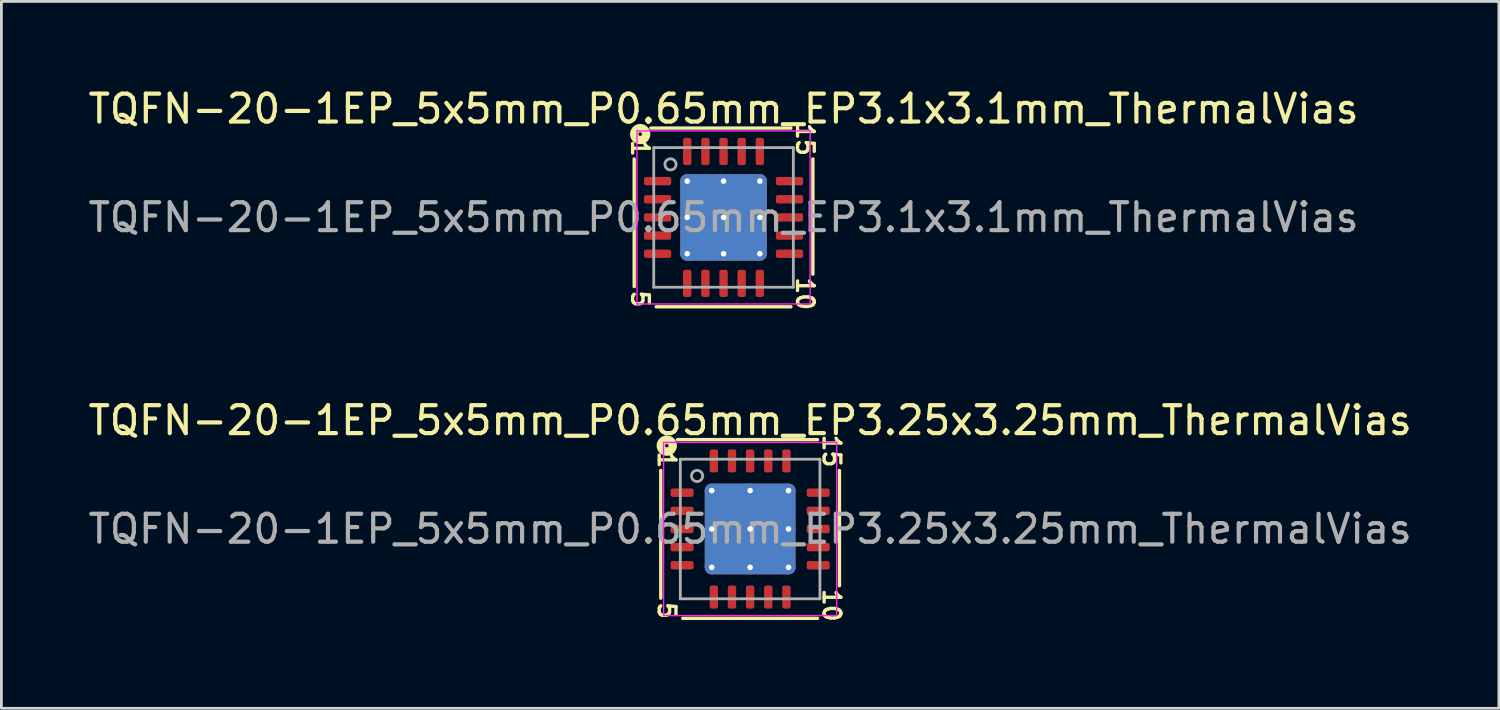
<source format=kicad_pcb>
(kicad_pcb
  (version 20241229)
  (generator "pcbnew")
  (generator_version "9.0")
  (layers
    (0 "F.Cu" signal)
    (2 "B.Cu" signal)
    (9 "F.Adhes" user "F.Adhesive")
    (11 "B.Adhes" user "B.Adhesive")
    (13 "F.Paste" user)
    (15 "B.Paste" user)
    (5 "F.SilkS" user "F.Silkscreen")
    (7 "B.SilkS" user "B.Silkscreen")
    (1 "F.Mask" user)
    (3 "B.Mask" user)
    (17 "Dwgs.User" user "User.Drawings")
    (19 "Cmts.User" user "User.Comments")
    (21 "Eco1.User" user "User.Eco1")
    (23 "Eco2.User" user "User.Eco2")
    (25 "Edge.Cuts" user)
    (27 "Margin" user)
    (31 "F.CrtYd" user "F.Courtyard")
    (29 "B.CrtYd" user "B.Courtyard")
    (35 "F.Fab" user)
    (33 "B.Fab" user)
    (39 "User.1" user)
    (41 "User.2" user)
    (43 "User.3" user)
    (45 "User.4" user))
  (footprint "TQFN-20-1EP_5x5mm_P0.65mm_EP3.25x3.25mm_ThermalVias"
    (layer "F.Cu")
    (at 23.815 15.895)
    (property "Reference" "TQFN-20-1EP_5x5mm_P0.65mm_EP3.25x3.25mm_ThermalVias" (at 0 -3.889 0) (layer "F.SilkS") (effects (font (size 1 1) (thickness 0.15))))
    (attr smd)
    (fp_line (start -3.2 -2.095) (end -3.2 2.477) (stroke (width 0.12) (type solid)) (layer "F.SilkS"))
    (fp_line (start -2.413 3.2) (end 2.413 3.2) (stroke (width 0.12) (type solid)) (layer "F.SilkS"))
    (fp_line (start 2.413 -3.2) (end -2.603 -3.2) (stroke (width 0.12) (type solid)) (layer "F.SilkS"))
    (fp_line (start 3.2 2.032) (end 3.2 -2.095) (stroke (width 0.12) (type solid)) (layer "F.SilkS"))
    (fp_circle (center -2.985 -2.985) (end -2.921 -2.985) (stroke (width 0.3) (type solid)) (fill no) (layer "F.SilkS"))
    (fp_line (start -3.1 -3.1) (end -3.1 3.1) (stroke (width 0.05) (type solid)) (layer "F.CrtYd"))
    (fp_line (start -3.1 3.1) (end 3.1 3.1) (stroke (width 0.05) (type solid)) (layer "F.CrtYd"))
    (fp_line (start 3.1 -3.1) (end -3.1 -3.1) (stroke (width 0.05) (type solid)) (layer "F.CrtYd"))
    (fp_line (start 3.1 3.1) (end 3.1 -3.1) (stroke (width 0.05) (type solid)) (layer "F.CrtYd"))
    (fp_line (start -2.5 -2.5) (end 2.5 -2.5) (stroke (width 0.1) (type solid)) (layer "F.Fab"))
    (fp_line (start -2.5 2.5) (end -2.5 -2.5) (stroke (width 0.1) (type solid)) (layer "F.Fab"))
    (fp_line (start 2.5 -2.5) (end 2.5 2.5) (stroke (width 0.1) (type solid)) (layer "F.Fab"))
    (fp_line (start 2.5 2.5) (end -2.5 2.5) (stroke (width 0.1) (type solid)) (layer "F.Fab"))
    (fp_circle (center -1.9 -1.9) (end -1.7 -1.9) (stroke (width 0.1) (type solid)) (fill no) (layer "F.Fab"))
    (fp_text user "15" (at 2.921 -2.794 270) (unlocked yes) (layer "F.SilkS") (effects (font (size 0.6 0.6) (thickness 0.12))))
    (fp_text user "5" (at -2.985 2.921 270) (unlocked yes) (layer "F.SilkS") (effects (font (size 0.6 0.6) (thickness 0.12))))
    (fp_text user "10" (at 2.921 2.731 270) (unlocked yes) (layer "F.SilkS") (effects (font (size 0.6 0.6) (thickness 0.12))))
    (fp_text user "1" (at -2.985 -2.477 270) (unlocked yes) (layer "F.SilkS") (effects (font (size 0.6 0.6) (thickness 0.12))))
    (fp_text user "${REFERENCE}" (at 0 0 0) (layer "F.Fab") (effects (font (size 1 1) (thickness 0.15))))
    (pad "" smd roundrect (at -0.81 -0.81) (size 1.41 1.41) (layers "F.Paste") (roundrect_rratio 0.177))
    (pad "" smd roundrect (at -0.81 0.81) (size 1.41 1.41) (layers "F.Paste") (roundrect_rratio 0.177))
    (pad "" smd roundrect (at 0.81 -0.81) (size 1.41 1.41) (layers "F.Paste") (roundrect_rratio 0.177))
    (pad "" smd roundrect (at 0.81 0.81) (size 1.41 1.41) (layers "F.Paste") (roundrect_rratio 0.177))
    (pad "1" smd roundrect (at -2.438 -1.3) (size 0.825 0.3) (layers "F.Cu" "F.Mask" "F.Paste") (roundrect_rratio 0.25))
    (pad "2" smd roundrect (at -2.438 -0.65) (size 0.825 0.3) (layers "F.Cu" "F.Mask" "F.Paste") (roundrect_rratio 0.25))
    (pad "3" smd roundrect (at -2.438 0) (size 0.825 0.3) (layers "F.Cu" "F.Mask" "F.Paste") (roundrect_rratio 0.25))
    (pad "4" smd roundrect (at -2.438 0.65) (size 0.825 0.3) (layers "F.Cu" "F.Mask" "F.Paste") (roundrect_rratio 0.25))
    (pad "5" smd roundrect (at -2.438 1.3) (size 0.825 0.3) (layers "F.Cu" "F.Mask" "F.Paste") (roundrect_rratio 0.25))
    (pad "6" smd roundrect (at -1.3 2.438) (size 0.3 0.825) (layers "F.Cu" "F.Mask" "F.Paste") (roundrect_rratio 0.25))
    (pad "7" smd roundrect (at -0.65 2.438) (size 0.3 0.825) (layers "F.Cu" "F.Mask" "F.Paste") (roundrect_rratio 0.25))
    (pad "8" smd roundrect (at 0 2.438) (size 0.3 0.825) (layers "F.Cu" "F.Mask" "F.Paste") (roundrect_rratio 0.25))
    (pad "9" smd roundrect (at 0.65 2.438) (size 0.3 0.825) (layers "F.Cu" "F.Mask" "F.Paste") (roundrect_rratio 0.25))
    (pad "10" smd roundrect (at 1.3 2.438) (size 0.3 0.825) (layers "F.Cu" "F.Mask" "F.Paste") (roundrect_rratio 0.25))
    (pad "11" smd roundrect (at 2.438 1.3) (size 0.825 0.3) (layers "F.Cu" "F.Mask" "F.Paste") (roundrect_rratio 0.25))
    (pad "12" smd roundrect (at 2.438 0.65) (size 0.825 0.3) (layers "F.Cu" "F.Mask" "F.Paste") (roundrect_rratio 0.25))
    (pad "13" smd roundrect (at 2.438 0) (size 0.825 0.3) (layers "F.Cu" "F.Mask" "F.Paste") (roundrect_rratio 0.25))
    (pad "14" smd roundrect (at 2.438 -0.65) (size 0.825 0.3) (layers "F.Cu" "F.Mask" "F.Paste") (roundrect_rratio 0.25))
    (pad "15" smd roundrect (at 2.438 -1.3) (size 0.825 0.3) (layers "F.Cu" "F.Mask" "F.Paste") (roundrect_rratio 0.25))
    (pad "16" smd roundrect (at 1.3 -2.438) (size 0.3 0.825) (layers "F.Cu" "F.Mask" "F.Paste") (roundrect_rratio 0.25))
    (pad "17" smd roundrect (at 0.65 -2.438) (size 0.3 0.825) (layers "F.Cu" "F.Mask" "F.Paste") (roundrect_rratio 0.25))
    (pad "18" smd roundrect (at 0 -2.438) (size 0.3 0.825) (layers "F.Cu" "F.Mask" "F.Paste") (roundrect_rratio 0.25))
    (pad "19" smd roundrect (at -0.65 -2.438) (size 0.3 0.825) (layers "F.Cu" "F.Mask" "F.Paste") (roundrect_rratio 0.25))
    (pad "20" smd roundrect (at -1.3 -2.438) (size 0.3 0.825) (layers "F.Cu" "F.Mask" "F.Paste") (roundrect_rratio 0.25))
    (pad "21" thru_hole circle (at -1.375 -1.375) (size 0.5 0.5) (drill 0.2) (property pad_prop_heatsink) (layers "*.Cu"))
    (pad "21" thru_hole circle (at -1.375 0) (size 0.5 0.5) (drill 0.2) (property pad_prop_heatsink) (layers "*.Cu"))
    (pad "21" thru_hole circle (at -1.375 1.375) (size 0.5 0.5) (drill 0.2) (property pad_prop_heatsink) (layers "*.Cu"))
    (pad "21" thru_hole circle (at 0 -1.375) (size 0.5 0.5) (drill 0.2) (property pad_prop_heatsink) (layers "*.Cu"))
    (pad "21" thru_hole circle (at 0 0) (size 0.5 0.5) (drill 0.2) (property pad_prop_heatsink) (layers "*.Cu"))
    (pad "21" smd roundrect (at 0 0) (size 3.25 3.25) (layers "F.Cu" "F.Mask") (roundrect_rratio 0.077))
    (pad "21" smd roundrect (at 0 0) (size 3.25 3.25) (layers "B.Cu" "B.Mask") (roundrect_rratio 0.077))
    (pad "21" thru_hole circle (at 0 1.375) (size 0.5 0.5) (drill 0.2) (property pad_prop_heatsink) (layers "*.Cu"))
    (pad "21" thru_hole circle (at 1.375 -1.375) (size 0.5 0.5) (drill 0.2) (property pad_prop_heatsink) (layers "*.Cu"))
    (pad "21" thru_hole circle (at 1.375 0) (size 0.5 0.5) (drill 0.2) (property pad_prop_heatsink) (layers "*.Cu"))
    (pad "21" thru_hole circle (at 1.375 1.375) (size 0.5 0.5) (drill 0.2) (property pad_prop_heatsink) (layers "*.Cu")))
  (footprint "TQFN-20-1EP_5x5mm_P0.65mm_EP3.1x3.1mm_ThermalVias"
    (layer "F.Cu")
    (at 22.863 4.737)
    (property "Reference" "TQFN-20-1EP_5x5mm_P0.65mm_EP3.1x3.1mm_ThermalVias" (at 0 -3.889 0) (layer "F.SilkS") (effects (font (size 1 1) (thickness 0.15))))
    (attr smd)
    (fp_line (start -3.2 -2.095) (end -3.2 2.477) (stroke (width 0.12) (type solid)) (layer "F.SilkS"))
    (fp_line (start -2.413 3.2) (end 2.413 3.2) (stroke (width 0.12) (type solid)) (layer "F.SilkS"))
    (fp_line (start 2.413 -3.2) (end -2.603 -3.2) (stroke (width 0.12) (type solid)) (layer "F.SilkS"))
    (fp_line (start 3.2 2.032) (end 3.2 -2.095) (stroke (width 0.12) (type solid)) (layer "F.SilkS"))
    (fp_circle (center -2.985 -2.985) (end -2.921 -2.985) (stroke (width 0.3) (type solid)) (fill no) (layer "F.SilkS"))
    (fp_line (start -3.1 -3.1) (end -3.1 3.1) (stroke (width 0.05) (type solid)) (layer "F.CrtYd"))
    (fp_line (start -3.1 3.1) (end 3.1 3.1) (stroke (width 0.05) (type solid)) (layer "F.CrtYd"))
    (fp_line (start 3.1 -3.1) (end -3.1 -3.1) (stroke (width 0.05) (type solid)) (layer "F.CrtYd"))
    (fp_line (start 3.1 3.1) (end 3.1 -3.1) (stroke (width 0.05) (type solid)) (layer "F.CrtYd"))
    (fp_line (start -2.5 -2.5) (end 2.5 -2.5) (stroke (width 0.1) (type solid)) (layer "F.Fab"))
    (fp_line (start -2.5 2.5) (end -2.5 -2.5) (stroke (width 0.1) (type solid)) (layer "F.Fab"))
    (fp_line (start 2.5 -2.5) (end 2.5 2.5) (stroke (width 0.1) (type solid)) (layer "F.Fab"))
    (fp_line (start 2.5 2.5) (end -2.5 2.5) (stroke (width 0.1) (type solid)) (layer "F.Fab"))
    (fp_circle (center -1.9 -1.9) (end -1.7 -1.9) (stroke (width 0.1) (type solid)) (fill no) (layer "F.Fab"))
    (fp_text user "10" (at 2.921 2.731 270) (unlocked yes) (layer "F.SilkS") (effects (font (size 0.6 0.6) (thickness 0.12))))
    (fp_text user "5" (at -2.985 2.921 270) (unlocked yes) (layer "F.SilkS") (effects (font (size 0.6 0.6) (thickness 0.12))))
    (fp_text user "1" (at -2.985 -2.477 270) (unlocked yes) (layer "F.SilkS") (effects (font (size 0.6 0.6) (thickness 0.12))))
    (fp_text user "15" (at 2.921 -2.794 270) (unlocked yes) (layer "F.SilkS") (effects (font (size 0.6 0.6) (thickness 0.12))))
    (fp_text user "${REFERENCE}" (at 0 0 0) (layer "F.Fab") (effects (font (size 1 1) (thickness 0.15))))
    (pad "" smd roundrect (at -0.775 -0.775) (size 1.34 1.34) (layers "F.Paste") (roundrect_rratio 0.187))
    (pad "" smd roundrect (at -0.775 0.775) (size 1.34 1.34) (layers "F.Paste") (roundrect_rratio 0.187))
    (pad "" smd roundrect (at 0.775 -0.775) (size 1.34 1.34) (layers "F.Paste") (roundrect_rratio 0.187))
    (pad "" smd roundrect (at 0.775 0.775) (size 1.34 1.34) (layers "F.Paste") (roundrect_rratio 0.187))
    (pad "1" smd roundrect (at -2.362 -1.3) (size 0.975 0.3) (layers "F.Cu" "F.Mask" "F.Paste") (roundrect_rratio 0.25))
    (pad "2" smd roundrect (at -2.362 -0.65) (size 0.975 0.3) (layers "F.Cu" "F.Mask" "F.Paste") (roundrect_rratio 0.25))
    (pad "3" smd roundrect (at -2.362 0) (size 0.975 0.3) (layers "F.Cu" "F.Mask" "F.Paste") (roundrect_rratio 0.25))
    (pad "4" smd roundrect (at -2.362 0.65) (size 0.975 0.3) (layers "F.Cu" "F.Mask" "F.Paste") (roundrect_rratio 0.25))
    (pad "5" smd roundrect (at -2.362 1.3) (size 0.975 0.3) (layers "F.Cu" "F.Mask" "F.Paste") (roundrect_rratio 0.25))
    (pad "6" smd roundrect (at -1.3 2.362) (size 0.3 0.975) (layers "F.Cu" "F.Mask" "F.Paste") (roundrect_rratio 0.25))
    (pad "7" smd roundrect (at -0.65 2.362) (size 0.3 0.975) (layers "F.Cu" "F.Mask" "F.Paste") (roundrect_rratio 0.25))
    (pad "8" smd roundrect (at 0 2.362) (size 0.3 0.975) (layers "F.Cu" "F.Mask" "F.Paste") (roundrect_rratio 0.25))
    (pad "9" smd roundrect (at 0.65 2.362) (size 0.3 0.975) (layers "F.Cu" "F.Mask" "F.Paste") (roundrect_rratio 0.25))
    (pad "10" smd roundrect (at 1.3 2.362) (size 0.3 0.975) (layers "F.Cu" "F.Mask" "F.Paste") (roundrect_rratio 0.25))
    (pad "11" smd roundrect (at 2.362 1.3) (size 0.975 0.3) (layers "F.Cu" "F.Mask" "F.Paste") (roundrect_rratio 0.25))
    (pad "12" smd roundrect (at 2.362 0.65) (size 0.975 0.3) (layers "F.Cu" "F.Mask" "F.Paste") (roundrect_rratio 0.25))
    (pad "13" smd roundrect (at 2.362 0) (size 0.975 0.3) (layers "F.Cu" "F.Mask" "F.Paste") (roundrect_rratio 0.25))
    (pad "14" smd roundrect (at 2.362 -0.65) (size 0.975 0.3) (layers "F.Cu" "F.Mask" "F.Paste") (roundrect_rratio 0.25))
    (pad "15" smd roundrect (at 2.362 -1.3) (size 0.975 0.3) (layers "F.Cu" "F.Mask" "F.Paste") (roundrect_rratio 0.25))
    (pad "16" smd roundrect (at 1.3 -2.362) (size 0.3 0.975) (layers "F.Cu" "F.Mask" "F.Paste") (roundrect_rratio 0.25))
    (pad "17" smd roundrect (at 0.65 -2.362) (size 0.3 0.975) (layers "F.Cu" "F.Mask" "F.Paste") (roundrect_rratio 0.25))
    (pad "18" smd roundrect (at 0 -2.362) (size 0.3 0.975) (layers "F.Cu" "F.Mask" "F.Paste") (roundrect_rratio 0.25))
    (pad "19" smd roundrect (at -0.65 -2.362) (size 0.3 0.975) (layers "F.Cu" "F.Mask" "F.Paste") (roundrect_rratio 0.25))
    (pad "20" smd roundrect (at -1.3 -2.362) (size 0.3 0.975) (layers "F.Cu" "F.Mask" "F.Paste") (roundrect_rratio 0.25))
    (pad "21" thru_hole circle (at -1.3 -1.3) (size 0.5 0.5) (drill 0.2) (property pad_prop_heatsink) (layers "*.Cu"))
    (pad "21" thru_hole circle (at -1.3 0) (size 0.5 0.5) (drill 0.2) (property pad_prop_heatsink) (layers "*.Cu"))
    (pad "21" thru_hole circle (at -1.3 1.3) (size 0.5 0.5) (drill 0.2) (property pad_prop_heatsink) (layers "*.Cu"))
    (pad "21" thru_hole circle (at 0 -1.3) (size 0.5 0.5) (drill 0.2) (property pad_prop_heatsink) (layers "*.Cu"))
    (pad "21" thru_hole circle (at 0 0) (size 0.5 0.5) (drill 0.2) (property pad_prop_heatsink) (layers "*.Cu"))
    (pad "21" smd roundrect (at 0 0) (size 3.1 3.1) (layers "F.Cu" "F.Mask") (roundrect_rratio 0.081))
    (pad "21" smd roundrect (at 0 0) (size 3.1 3.1) (layers "B.Cu" "B.Mask") (roundrect_rratio 0.081))
    (pad "21" thru_hole circle (at 0 1.3) (size 0.5 0.5) (drill 0.2) (property pad_prop_heatsink) (layers "*.Cu"))
    (pad "21" thru_hole circle (at 1.3 -1.3) (size 0.5 0.5) (drill 0.2) (property pad_prop_heatsink) (layers "*.Cu"))
    (pad "21" thru_hole circle (at 1.3 0) (size 0.5 0.5) (drill 0.2) (property pad_prop_heatsink) (layers "*.Cu"))
    (pad "21" thru_hole circle (at 1.3 1.3) (size 0.5 0.5) (drill 0.2) (property pad_prop_heatsink) (layers "*.Cu")))
  (gr_rect
    (start -3 -3)
    (end 50.631 22.317)
    (stroke (width 0.1) (type default))
    (fill no)
    (layer "Edge.Cuts")))
</source>
